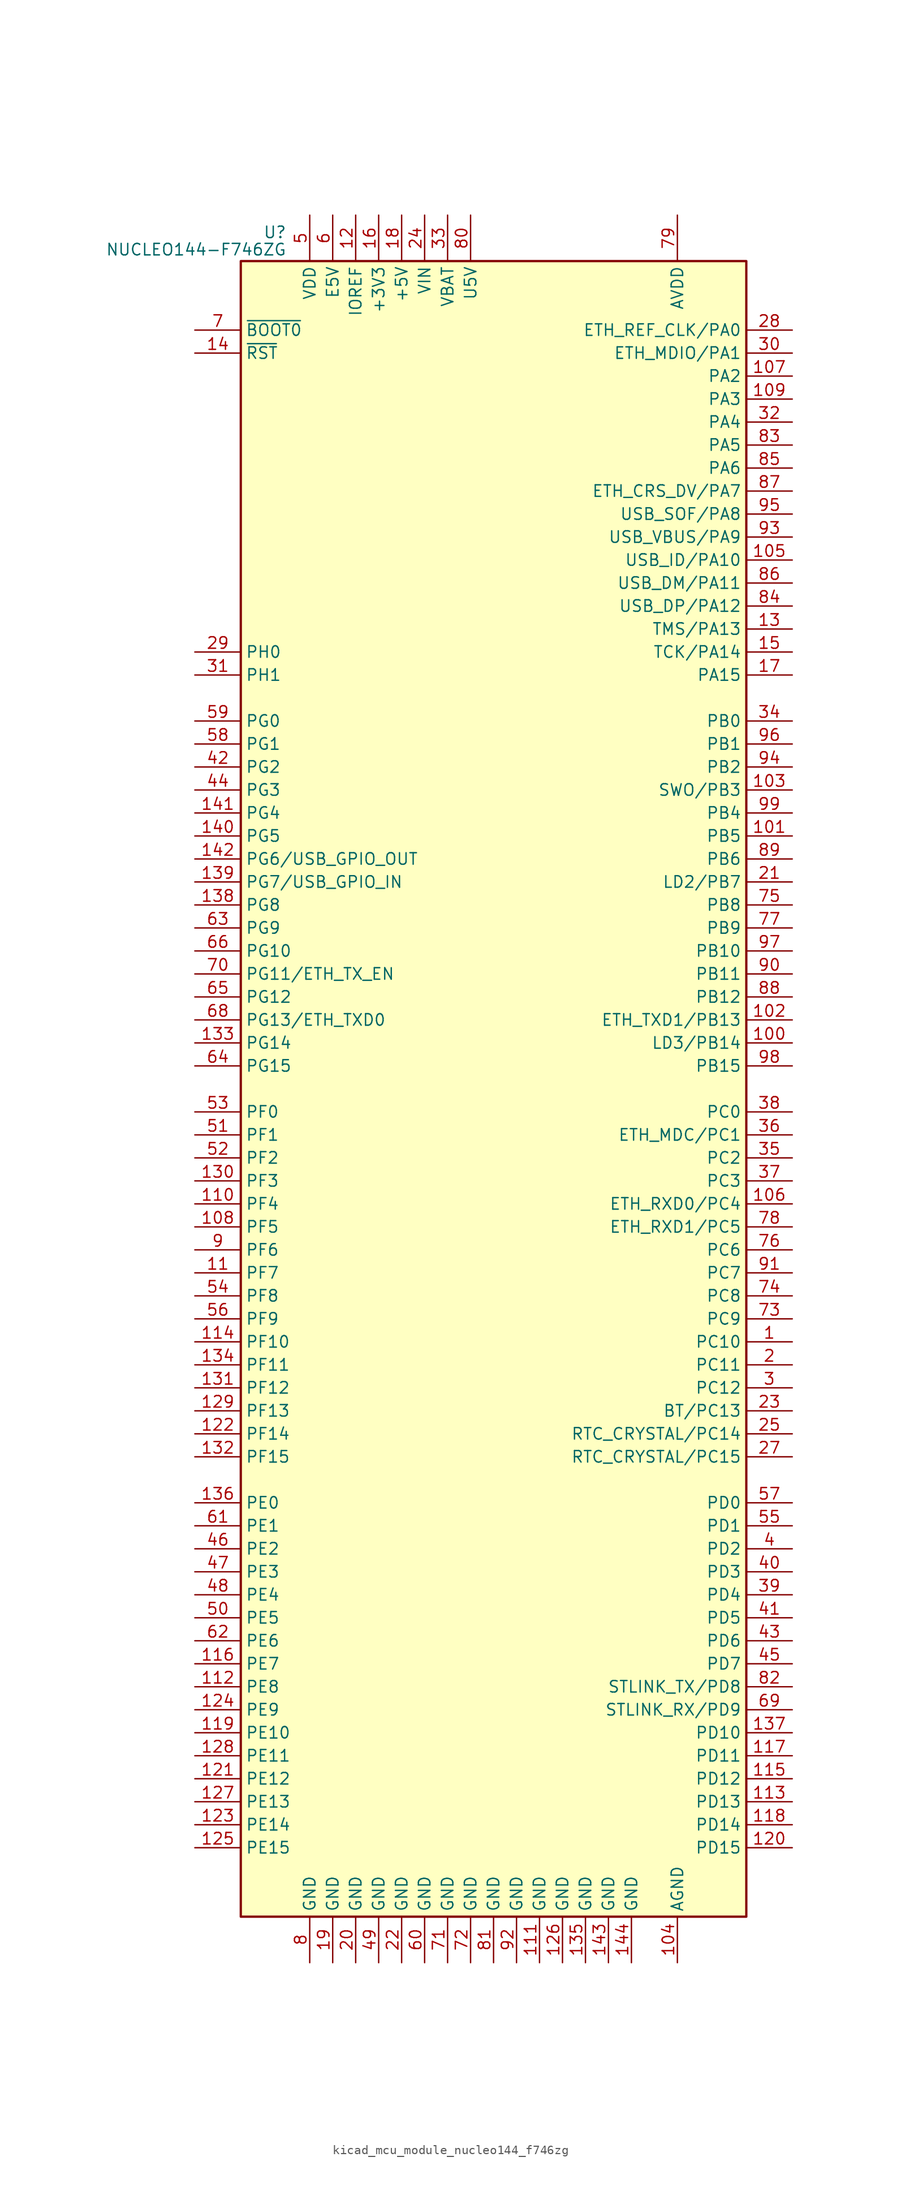
<source format=kicad_sym>
(kicad_symbol_lib
  (version 20220914)
  (generator kicad_symbol_editor)
  (symbol "kicad_mcu_module_nucleo144_f746zg"
    (property "Reference" "U"
      (at -22.86 94.615 0)
      (effects (font (size 1.27 1.27)) (justify right)))
    (property "Value" "NUCLEO144-F746ZG"
      (at -22.86 92.71 0)
      (effects (font (size 1.27 1.27)) (justify right)))
    (symbol "kicad_mcu_module_nucleo144_f746zg_0_1"
      (rectangle (start -27.94 -91.44) (end 27.94 91.44) (stroke (width 0.254) (type default)) (fill (type background))))
    (symbol "kicad_mcu_module_nucleo144_f746zg_1_1"
      (pin bidirectional line (at 33.02 -27.94 180) (length 5.08) (name "PC10" (effects (font (size 1.27 1.27)))) (number "1" (effects (font (size 1.27 1.27)))))
      (pin no_connect line (at -27.94 55.88 0) (length 5.08) hide (name "NC" (effects (font (size 1.27 1.27)))) (number "10" (effects (font (size 1.27 1.27)))))
      (pin bidirectional line (at 33.02 5.08 180) (length 5.08) (name "LD3/PB14" (effects (font (size 1.27 1.27)))) (number "100" (effects (font (size 1.27 1.27)))))
      (pin bidirectional line (at 33.02 27.94 180) (length 5.08) (name "PB5" (effects (font (size 1.27 1.27)))) (number "101" (effects (font (size 1.27 1.27)))))
      (pin bidirectional line (at 33.02 7.62 180) (length 5.08) (name "ETH_TXD1/PB13" (effects (font (size 1.27 1.27)))) (number "102" (effects (font (size 1.27 1.27)))))
      (pin bidirectional line (at 33.02 33.02 180) (length 5.08) (name "SWO/PB3" (effects (font (size 1.27 1.27)))) (number "103" (effects (font (size 1.27 1.27)))))
      (pin power_in line (at 20.32 -96.52 90) (length 5.08) (name "AGND" (effects (font (size 1.27 1.27)))) (number "104" (effects (font (size 1.27 1.27)))))
      (pin bidirectional line (at 33.02 58.42 180) (length 5.08) (name "USB_ID/PA10" (effects (font (size 1.27 1.27)))) (number "105" (effects (font (size 1.27 1.27)))))
      (pin bidirectional line (at 33.02 -12.7 180) (length 5.08) (name "ETH_RXD0/PC4" (effects (font (size 1.27 1.27)))) (number "106" (effects (font (size 1.27 1.27)))))
      (pin bidirectional line (at 33.02 78.74 180) (length 5.08) (name "PA2" (effects (font (size 1.27 1.27)))) (number "107" (effects (font (size 1.27 1.27)))))
      (pin bidirectional line (at -33.02 -15.24 0) (length 5.08) (name "PF5" (effects (font (size 1.27 1.27)))) (number "108" (effects (font (size 1.27 1.27)))))
      (pin bidirectional line (at 33.02 76.2 180) (length 5.08) (name "PA3" (effects (font (size 1.27 1.27)))) (number "109" (effects (font (size 1.27 1.27)))))
      (pin bidirectional line (at -33.02 -20.32 0) (length 5.08) (name "PF7" (effects (font (size 1.27 1.27)))) (number "11" (effects (font (size 1.27 1.27)))))
      (pin bidirectional line (at -33.02 -12.7 0) (length 5.08) (name "PF4" (effects (font (size 1.27 1.27)))) (number "110" (effects (font (size 1.27 1.27)))))
      (pin power_in line (at 5.08 -96.52 90) (length 5.08) (name "GND" (effects (font (size 1.27 1.27)))) (number "111" (effects (font (size 1.27 1.27)))))
      (pin bidirectional line (at -33.02 -66.04 0) (length 5.08) (name "PE8" (effects (font (size 1.27 1.27)))) (number "112" (effects (font (size 1.27 1.27)))))
      (pin bidirectional line (at 33.02 -78.74 180) (length 5.08) (name "PD13" (effects (font (size 1.27 1.27)))) (number "113" (effects (font (size 1.27 1.27)))))
      (pin bidirectional line (at -33.02 -27.94 0) (length 5.08) (name "PF10" (effects (font (size 1.27 1.27)))) (number "114" (effects (font (size 1.27 1.27)))))
      (pin bidirectional line (at 33.02 -76.2 180) (length 5.08) (name "PD12" (effects (font (size 1.27 1.27)))) (number "115" (effects (font (size 1.27 1.27)))))
      (pin bidirectional line (at -33.02 -63.5 0) (length 5.08) (name "PE7" (effects (font (size 1.27 1.27)))) (number "116" (effects (font (size 1.27 1.27)))))
      (pin bidirectional line (at 33.02 -73.66 180) (length 5.08) (name "PD11" (effects (font (size 1.27 1.27)))) (number "117" (effects (font (size 1.27 1.27)))))
      (pin bidirectional line (at 33.02 -81.28 180) (length 5.08) (name "PD14" (effects (font (size 1.27 1.27)))) (number "118" (effects (font (size 1.27 1.27)))))
      (pin bidirectional line (at -33.02 -71.12 0) (length 5.08) (name "PE10" (effects (font (size 1.27 1.27)))) (number "119" (effects (font (size 1.27 1.27)))))
      (pin power_in line (at -15.24 96.52 270) (length 5.08) (name "IOREF" (effects (font (size 1.27 1.27)))) (number "12" (effects (font (size 1.27 1.27)))))
      (pin bidirectional line (at 33.02 -83.82 180) (length 5.08) (name "PD15" (effects (font (size 1.27 1.27)))) (number "120" (effects (font (size 1.27 1.27)))))
      (pin bidirectional line (at -33.02 -76.2 0) (length 5.08) (name "PE12" (effects (font (size 1.27 1.27)))) (number "121" (effects (font (size 1.27 1.27)))))
      (pin bidirectional line (at -33.02 -38.1 0) (length 5.08) (name "PF14" (effects (font (size 1.27 1.27)))) (number "122" (effects (font (size 1.27 1.27)))))
      (pin bidirectional line (at -33.02 -81.28 0) (length 5.08) (name "PE14" (effects (font (size 1.27 1.27)))) (number "123" (effects (font (size 1.27 1.27)))))
      (pin bidirectional line (at -33.02 -68.58 0) (length 5.08) (name "PE9" (effects (font (size 1.27 1.27)))) (number "124" (effects (font (size 1.27 1.27)))))
      (pin bidirectional line (at -33.02 -83.82 0) (length 5.08) (name "PE15" (effects (font (size 1.27 1.27)))) (number "125" (effects (font (size 1.27 1.27)))))
      (pin power_in line (at 7.62 -96.52 90) (length 5.08) (name "GND" (effects (font (size 1.27 1.27)))) (number "126" (effects (font (size 1.27 1.27)))))
      (pin bidirectional line (at -33.02 -78.74 0) (length 5.08) (name "PE13" (effects (font (size 1.27 1.27)))) (number "127" (effects (font (size 1.27 1.27)))))
      (pin bidirectional line (at -33.02 -73.66 0) (length 5.08) (name "PE11" (effects (font (size 1.27 1.27)))) (number "128" (effects (font (size 1.27 1.27)))))
      (pin bidirectional line (at -33.02 -35.56 0) (length 5.08) (name "PF13" (effects (font (size 1.27 1.27)))) (number "129" (effects (font (size 1.27 1.27)))))
      (pin bidirectional line (at 33.02 50.8 180) (length 5.08) (name "TMS/PA13" (effects (font (size 1.27 1.27)))) (number "13" (effects (font (size 1.27 1.27)))))
      (pin bidirectional line (at -33.02 -10.16 0) (length 5.08) (name "PF3" (effects (font (size 1.27 1.27)))) (number "130" (effects (font (size 1.27 1.27)))))
      (pin bidirectional line (at -33.02 -33.02 0) (length 5.08) (name "PF12" (effects (font (size 1.27 1.27)))) (number "131" (effects (font (size 1.27 1.27)))))
      (pin bidirectional line (at -33.02 -40.64 0) (length 5.08) (name "PF15" (effects (font (size 1.27 1.27)))) (number "132" (effects (font (size 1.27 1.27)))))
      (pin bidirectional line (at -33.02 5.08 0) (length 5.08) (name "PG14" (effects (font (size 1.27 1.27)))) (number "133" (effects (font (size 1.27 1.27)))))
      (pin bidirectional line (at -33.02 -30.48 0) (length 5.08) (name "PF11" (effects (font (size 1.27 1.27)))) (number "134" (effects (font (size 1.27 1.27)))))
      (pin power_in line (at 10.16 -96.52 90) (length 5.08) (name "GND" (effects (font (size 1.27 1.27)))) (number "135" (effects (font (size 1.27 1.27)))))
      (pin bidirectional line (at -33.02 -45.72 0) (length 5.08) (name "PE0" (effects (font (size 1.27 1.27)))) (number "136" (effects (font (size 1.27 1.27)))))
      (pin bidirectional line (at 33.02 -71.12 180) (length 5.08) (name "PD10" (effects (font (size 1.27 1.27)))) (number "137" (effects (font (size 1.27 1.27)))))
      (pin bidirectional line (at -33.02 20.32 0) (length 5.08) (name "PG8" (effects (font (size 1.27 1.27)))) (number "138" (effects (font (size 1.27 1.27)))))
      (pin bidirectional line (at -33.02 22.86 0) (length 5.08) (name "PG7/USB_GPIO_IN" (effects (font (size 1.27 1.27)))) (number "139" (effects (font (size 1.27 1.27)))))
      (pin input line (at -33.02 81.28 0) (length 5.08) (name "~{RST}" (effects (font (size 1.27 1.27)))) (number "14" (effects (font (size 1.27 1.27)))))
      (pin bidirectional line (at -33.02 27.94 0) (length 5.08) (name "PG5" (effects (font (size 1.27 1.27)))) (number "140" (effects (font (size 1.27 1.27)))))
      (pin bidirectional line (at -33.02 30.48 0) (length 5.08) (name "PG4" (effects (font (size 1.27 1.27)))) (number "141" (effects (font (size 1.27 1.27)))))
      (pin bidirectional line (at -33.02 25.4 0) (length 5.08) (name "PG6/USB_GPIO_OUT" (effects (font (size 1.27 1.27)))) (number "142" (effects (font (size 1.27 1.27)))))
      (pin power_in line (at 12.7 -96.52 90) (length 5.08) (name "GND" (effects (font (size 1.27 1.27)))) (number "143" (effects (font (size 1.27 1.27)))))
      (pin power_in line (at 15.24 -96.52 90) (length 5.08) (name "GND" (effects (font (size 1.27 1.27)))) (number "144" (effects (font (size 1.27 1.27)))))
      (pin bidirectional line (at 33.02 48.26 180) (length 5.08) (name "TCK/PA14" (effects (font (size 1.27 1.27)))) (number "15" (effects (font (size 1.27 1.27)))))
      (pin power_in line (at -12.7 96.52 270) (length 5.08) (name "+3V3" (effects (font (size 1.27 1.27)))) (number "16" (effects (font (size 1.27 1.27)))))
      (pin bidirectional line (at 33.02 45.72 180) (length 5.08) (name "PA15" (effects (font (size 1.27 1.27)))) (number "17" (effects (font (size 1.27 1.27)))))
      (pin power_in line (at -10.16 96.52 270) (length 5.08) (name "+5V" (effects (font (size 1.27 1.27)))) (number "18" (effects (font (size 1.27 1.27)))))
      (pin power_in line (at -17.78 -96.52 90) (length 5.08) (name "GND" (effects (font (size 1.27 1.27)))) (number "19" (effects (font (size 1.27 1.27)))))
      (pin bidirectional line (at 33.02 -30.48 180) (length 5.08) (name "PC11" (effects (font (size 1.27 1.27)))) (number "2" (effects (font (size 1.27 1.27)))))
      (pin power_in line (at -15.24 -96.52 90) (length 5.08) (name "GND" (effects (font (size 1.27 1.27)))) (number "20" (effects (font (size 1.27 1.27)))))
      (pin bidirectional line (at 33.02 22.86 180) (length 5.08) (name "LD2/PB7" (effects (font (size 1.27 1.27)))) (number "21" (effects (font (size 1.27 1.27)))))
      (pin power_in line (at -10.16 -96.52 90) (length 5.08) (name "GND" (effects (font (size 1.27 1.27)))) (number "22" (effects (font (size 1.27 1.27)))))
      (pin bidirectional line (at 33.02 -35.56 180) (length 5.08) (name "BT/PC13" (effects (font (size 1.27 1.27)))) (number "23" (effects (font (size 1.27 1.27)))))
      (pin power_in line (at -7.62 96.52 270) (length 5.08) (name "VIN" (effects (font (size 1.27 1.27)))) (number "24" (effects (font (size 1.27 1.27)))))
      (pin bidirectional line (at 33.02 -38.1 180) (length 5.08) (name "RTC_CRYSTAL/PC14" (effects (font (size 1.27 1.27)))) (number "25" (effects (font (size 1.27 1.27)))))
      (pin no_connect line (at -27.94 58.42 0) (length 5.08) hide (name "NC" (effects (font (size 1.27 1.27)))) (number "26" (effects (font (size 1.27 1.27)))))
      (pin bidirectional line (at 33.02 -40.64 180) (length 5.08) (name "RTC_CRYSTAL/PC15" (effects (font (size 1.27 1.27)))) (number "27" (effects (font (size 1.27 1.27)))))
      (pin bidirectional line (at 33.02 83.82 180) (length 5.08) (name "ETH_REF_CLK/PA0" (effects (font (size 1.27 1.27)))) (number "28" (effects (font (size 1.27 1.27)))))
      (pin bidirectional line (at -33.02 48.26 0) (length 5.08) (name "PH0" (effects (font (size 1.27 1.27)))) (number "29" (effects (font (size 1.27 1.27)))))
      (pin bidirectional line (at 33.02 -33.02 180) (length 5.08) (name "PC12" (effects (font (size 1.27 1.27)))) (number "3" (effects (font (size 1.27 1.27)))))
      (pin bidirectional line (at 33.02 81.28 180) (length 5.08) (name "ETH_MDIO/PA1" (effects (font (size 1.27 1.27)))) (number "30" (effects (font (size 1.27 1.27)))))
      (pin bidirectional line (at -33.02 45.72 0) (length 5.08) (name "PH1" (effects (font (size 1.27 1.27)))) (number "31" (effects (font (size 1.27 1.27)))))
      (pin bidirectional line (at 33.02 73.66 180) (length 5.08) (name "PA4" (effects (font (size 1.27 1.27)))) (number "32" (effects (font (size 1.27 1.27)))))
      (pin power_in line (at -5.08 96.52 270) (length 5.08) (name "VBAT" (effects (font (size 1.27 1.27)))) (number "33" (effects (font (size 1.27 1.27)))))
      (pin bidirectional line (at 33.02 40.64 180) (length 5.08) (name "PB0" (effects (font (size 1.27 1.27)))) (number "34" (effects (font (size 1.27 1.27)))))
      (pin bidirectional line (at 33.02 -7.62 180) (length 5.08) (name "PC2" (effects (font (size 1.27 1.27)))) (number "35" (effects (font (size 1.27 1.27)))))
      (pin bidirectional line (at 33.02 -5.08 180) (length 5.08) (name "ETH_MDC/PC1" (effects (font (size 1.27 1.27)))) (number "36" (effects (font (size 1.27 1.27)))))
      (pin bidirectional line (at 33.02 -10.16 180) (length 5.08) (name "PC3" (effects (font (size 1.27 1.27)))) (number "37" (effects (font (size 1.27 1.27)))))
      (pin bidirectional line (at 33.02 -2.54 180) (length 5.08) (name "PC0" (effects (font (size 1.27 1.27)))) (number "38" (effects (font (size 1.27 1.27)))))
      (pin bidirectional line (at 33.02 -55.88 180) (length 5.08) (name "PD4" (effects (font (size 1.27 1.27)))) (number "39" (effects (font (size 1.27 1.27)))))
      (pin bidirectional line (at 33.02 -50.8 180) (length 5.08) (name "PD2" (effects (font (size 1.27 1.27)))) (number "4" (effects (font (size 1.27 1.27)))))
      (pin bidirectional line (at 33.02 -53.34 180) (length 5.08) (name "PD3" (effects (font (size 1.27 1.27)))) (number "40" (effects (font (size 1.27 1.27)))))
      (pin bidirectional line (at 33.02 -58.42 180) (length 5.08) (name "PD5" (effects (font (size 1.27 1.27)))) (number "41" (effects (font (size 1.27 1.27)))))
      (pin bidirectional line (at -33.02 35.56 0) (length 5.08) (name "PG2" (effects (font (size 1.27 1.27)))) (number "42" (effects (font (size 1.27 1.27)))))
      (pin bidirectional line (at 33.02 -60.96 180) (length 5.08) (name "PD6" (effects (font (size 1.27 1.27)))) (number "43" (effects (font (size 1.27 1.27)))))
      (pin bidirectional line (at -33.02 33.02 0) (length 5.08) (name "PG3" (effects (font (size 1.27 1.27)))) (number "44" (effects (font (size 1.27 1.27)))))
      (pin bidirectional line (at 33.02 -63.5 180) (length 5.08) (name "PD7" (effects (font (size 1.27 1.27)))) (number "45" (effects (font (size 1.27 1.27)))))
      (pin bidirectional line (at -33.02 -50.8 0) (length 5.08) (name "PE2" (effects (font (size 1.27 1.27)))) (number "46" (effects (font (size 1.27 1.27)))))
      (pin bidirectional line (at -33.02 -53.34 0) (length 5.08) (name "PE3" (effects (font (size 1.27 1.27)))) (number "47" (effects (font (size 1.27 1.27)))))
      (pin bidirectional line (at -33.02 -55.88 0) (length 5.08) (name "PE4" (effects (font (size 1.27 1.27)))) (number "48" (effects (font (size 1.27 1.27)))))
      (pin power_in line (at -12.7 -96.52 90) (length 5.08) (name "GND" (effects (font (size 1.27 1.27)))) (number "49" (effects (font (size 1.27 1.27)))))
      (pin power_in line (at -20.32 96.52 270) (length 5.08) (name "VDD" (effects (font (size 1.27 1.27)))) (number "5" (effects (font (size 1.27 1.27)))))
      (pin bidirectional line (at -33.02 -58.42 0) (length 5.08) (name "PE5" (effects (font (size 1.27 1.27)))) (number "50" (effects (font (size 1.27 1.27)))))
      (pin bidirectional line (at -33.02 -5.08 0) (length 5.08) (name "PF1" (effects (font (size 1.27 1.27)))) (number "51" (effects (font (size 1.27 1.27)))))
      (pin bidirectional line (at -33.02 -7.62 0) (length 5.08) (name "PF2" (effects (font (size 1.27 1.27)))) (number "52" (effects (font (size 1.27 1.27)))))
      (pin bidirectional line (at -33.02 -2.54 0) (length 5.08) (name "PF0" (effects (font (size 1.27 1.27)))) (number "53" (effects (font (size 1.27 1.27)))))
      (pin bidirectional line (at -33.02 -22.86 0) (length 5.08) (name "PF8" (effects (font (size 1.27 1.27)))) (number "54" (effects (font (size 1.27 1.27)))))
      (pin bidirectional line (at 33.02 -48.26 180) (length 5.08) (name "PD1" (effects (font (size 1.27 1.27)))) (number "55" (effects (font (size 1.27 1.27)))))
      (pin bidirectional line (at -33.02 -25.4 0) (length 5.08) (name "PF9" (effects (font (size 1.27 1.27)))) (number "56" (effects (font (size 1.27 1.27)))))
      (pin bidirectional line (at 33.02 -45.72 180) (length 5.08) (name "PD0" (effects (font (size 1.27 1.27)))) (number "57" (effects (font (size 1.27 1.27)))))
      (pin bidirectional line (at -33.02 38.1 0) (length 5.08) (name "PG1" (effects (font (size 1.27 1.27)))) (number "58" (effects (font (size 1.27 1.27)))))
      (pin bidirectional line (at -33.02 40.64 0) (length 5.08) (name "PG0" (effects (font (size 1.27 1.27)))) (number "59" (effects (font (size 1.27 1.27)))))
      (pin power_in line (at -17.78 96.52 270) (length 5.08) (name "E5V" (effects (font (size 1.27 1.27)))) (number "6" (effects (font (size 1.27 1.27)))))
      (pin power_in line (at -7.62 -96.52 90) (length 5.08) (name "GND" (effects (font (size 1.27 1.27)))) (number "60" (effects (font (size 1.27 1.27)))))
      (pin bidirectional line (at -33.02 -48.26 0) (length 5.08) (name "PE1" (effects (font (size 1.27 1.27)))) (number "61" (effects (font (size 1.27 1.27)))))
      (pin bidirectional line (at -33.02 -60.96 0) (length 5.08) (name "PE6" (effects (font (size 1.27 1.27)))) (number "62" (effects (font (size 1.27 1.27)))))
      (pin bidirectional line (at -33.02 17.78 0) (length 5.08) (name "PG9" (effects (font (size 1.27 1.27)))) (number "63" (effects (font (size 1.27 1.27)))))
      (pin bidirectional line (at -33.02 2.54 0) (length 5.08) (name "PG15" (effects (font (size 1.27 1.27)))) (number "64" (effects (font (size 1.27 1.27)))))
      (pin bidirectional line (at -33.02 10.16 0) (length 5.08) (name "PG12" (effects (font (size 1.27 1.27)))) (number "65" (effects (font (size 1.27 1.27)))))
      (pin bidirectional line (at -33.02 15.24 0) (length 5.08) (name "PG10" (effects (font (size 1.27 1.27)))) (number "66" (effects (font (size 1.27 1.27)))))
      (pin no_connect line (at -27.94 53.34 0) (length 5.08) hide (name "NC" (effects (font (size 1.27 1.27)))) (number "67" (effects (font (size 1.27 1.27)))))
      (pin bidirectional line (at -33.02 7.62 0) (length 5.08) (name "PG13/ETH_TXD0" (effects (font (size 1.27 1.27)))) (number "68" (effects (font (size 1.27 1.27)))))
      (pin bidirectional line (at 33.02 -68.58 180) (length 5.08) (name "STLINK_RX/PD9" (effects (font (size 1.27 1.27)))) (number "69" (effects (font (size 1.27 1.27)))))
      (pin input line (at -33.02 83.82 0) (length 5.08) (name "~{BOOT0}" (effects (font (size 1.27 1.27)))) (number "7" (effects (font (size 1.27 1.27)))))
      (pin bidirectional line (at -33.02 12.7 0) (length 5.08) (name "PG11/ETH_TX_EN" (effects (font (size 1.27 1.27)))) (number "70" (effects (font (size 1.27 1.27)))))
      (pin power_in line (at -5.08 -96.52 90) (length 5.08) (name "GND" (effects (font (size 1.27 1.27)))) (number "71" (effects (font (size 1.27 1.27)))))
      (pin power_in line (at -2.54 -96.52 90) (length 5.08) (name "GND" (effects (font (size 1.27 1.27)))) (number "72" (effects (font (size 1.27 1.27)))))
      (pin bidirectional line (at 33.02 -25.4 180) (length 5.08) (name "PC9" (effects (font (size 1.27 1.27)))) (number "73" (effects (font (size 1.27 1.27)))))
      (pin bidirectional line (at 33.02 -22.86 180) (length 5.08) (name "PC8" (effects (font (size 1.27 1.27)))) (number "74" (effects (font (size 1.27 1.27)))))
      (pin bidirectional line (at 33.02 20.32 180) (length 5.08) (name "PB8" (effects (font (size 1.27 1.27)))) (number "75" (effects (font (size 1.27 1.27)))))
      (pin bidirectional line (at 33.02 -17.78 180) (length 5.08) (name "PC6" (effects (font (size 1.27 1.27)))) (number "76" (effects (font (size 1.27 1.27)))))
      (pin bidirectional line (at 33.02 17.78 180) (length 5.08) (name "PB9" (effects (font (size 1.27 1.27)))) (number "77" (effects (font (size 1.27 1.27)))))
      (pin bidirectional line (at 33.02 -15.24 180) (length 5.08) (name "ETH_RXD1/PC5" (effects (font (size 1.27 1.27)))) (number "78" (effects (font (size 1.27 1.27)))))
      (pin power_in line (at 20.32 96.52 270) (length 5.08) (name "AVDD" (effects (font (size 1.27 1.27)))) (number "79" (effects (font (size 1.27 1.27)))))
      (pin power_in line (at -20.32 -96.52 90) (length 5.08) (name "GND" (effects (font (size 1.27 1.27)))) (number "8" (effects (font (size 1.27 1.27)))))
      (pin power_in line (at -2.54 96.52 270) (length 5.08) (name "U5V" (effects (font (size 1.27 1.27)))) (number "80" (effects (font (size 1.27 1.27)))))
      (pin power_in line (at 0 -96.52 90) (length 5.08) (name "GND" (effects (font (size 1.27 1.27)))) (number "81" (effects (font (size 1.27 1.27)))))
      (pin bidirectional line (at 33.02 -66.04 180) (length 5.08) (name "STLINK_TX/PD8" (effects (font (size 1.27 1.27)))) (number "82" (effects (font (size 1.27 1.27)))))
      (pin bidirectional line (at 33.02 71.12 180) (length 5.08) (name "PA5" (effects (font (size 1.27 1.27)))) (number "83" (effects (font (size 1.27 1.27)))))
      (pin bidirectional line (at 33.02 53.34 180) (length 5.08) (name "USB_DP/PA12" (effects (font (size 1.27 1.27)))) (number "84" (effects (font (size 1.27 1.27)))))
      (pin bidirectional line (at 33.02 68.58 180) (length 5.08) (name "PA6" (effects (font (size 1.27 1.27)))) (number "85" (effects (font (size 1.27 1.27)))))
      (pin bidirectional line (at 33.02 55.88 180) (length 5.08) (name "USB_DM/PA11" (effects (font (size 1.27 1.27)))) (number "86" (effects (font (size 1.27 1.27)))))
      (pin bidirectional line (at 33.02 66.04 180) (length 5.08) (name "ETH_CRS_DV/PA7" (effects (font (size 1.27 1.27)))) (number "87" (effects (font (size 1.27 1.27)))))
      (pin bidirectional line (at 33.02 10.16 180) (length 5.08) (name "PB12" (effects (font (size 1.27 1.27)))) (number "88" (effects (font (size 1.27 1.27)))))
      (pin bidirectional line (at 33.02 25.4 180) (length 5.08) (name "PB6" (effects (font (size 1.27 1.27)))) (number "89" (effects (font (size 1.27 1.27)))))
      (pin bidirectional line (at -33.02 -17.78 0) (length 5.08) (name "PF6" (effects (font (size 1.27 1.27)))) (number "9" (effects (font (size 1.27 1.27)))))
      (pin bidirectional line (at 33.02 12.7 180) (length 5.08) (name "PB11" (effects (font (size 1.27 1.27)))) (number "90" (effects (font (size 1.27 1.27)))))
      (pin bidirectional line (at 33.02 -20.32 180) (length 5.08) (name "PC7" (effects (font (size 1.27 1.27)))) (number "91" (effects (font (size 1.27 1.27)))))
      (pin power_in line (at 2.54 -96.52 90) (length 5.08) (name "GND" (effects (font (size 1.27 1.27)))) (number "92" (effects (font (size 1.27 1.27)))))
      (pin bidirectional line (at 33.02 60.96 180) (length 5.08) (name "USB_VBUS/PA9" (effects (font (size 1.27 1.27)))) (number "93" (effects (font (size 1.27 1.27)))))
      (pin bidirectional line (at 33.02 35.56 180) (length 5.08) (name "PB2" (effects (font (size 1.27 1.27)))) (number "94" (effects (font (size 1.27 1.27)))))
      (pin bidirectional line (at 33.02 63.5 180) (length 5.08) (name "USB_SOF/PA8" (effects (font (size 1.27 1.27)))) (number "95" (effects (font (size 1.27 1.27)))))
      (pin bidirectional line (at 33.02 38.1 180) (length 5.08) (name "PB1" (effects (font (size 1.27 1.27)))) (number "96" (effects (font (size 1.27 1.27)))))
      (pin bidirectional line (at 33.02 15.24 180) (length 5.08) (name "PB10" (effects (font (size 1.27 1.27)))) (number "97" (effects (font (size 1.27 1.27)))))
      (pin bidirectional line (at 33.02 2.54 180) (length 5.08) (name "PB15" (effects (font (size 1.27 1.27)))) (number "98" (effects (font (size 1.27 1.27)))))
      (pin bidirectional line (at 33.02 30.48 180) (length 5.08) (name "PB4" (effects (font (size 1.27 1.27)))) (number "99" (effects (font (size 1.27 1.27))))))))
</source>
